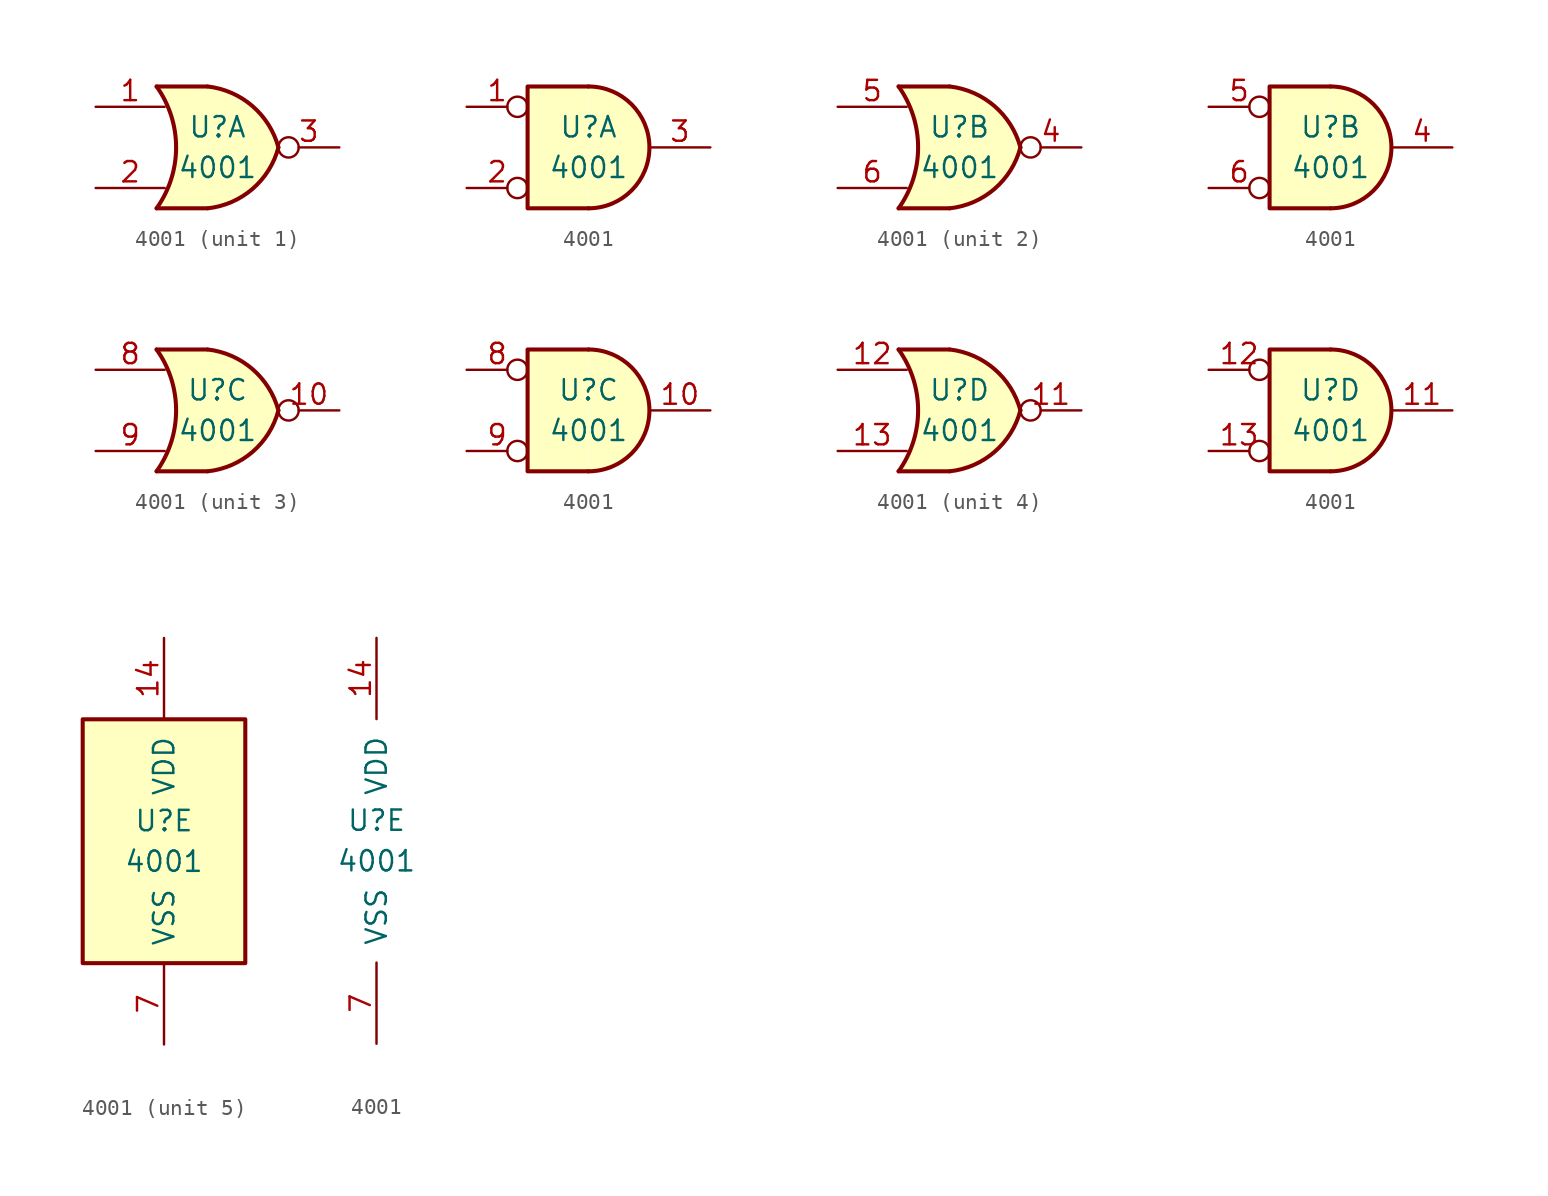
<source format=kicad_sym>
(kicad_symbol_lib
  (version 20201005)
  (generator kicad_symbol_editor)
  (symbol "4xxx:4001"
    (pin_names
      (offset 1.016))
    (property "Reference" "U"
      (at 0 1.27 0)
      (effects (font (size 1.27 1.27))))
    (property "Value" "4001"
      (at 0 -1.27 0)
      (effects (font (size 1.27 1.27))))
    (property "ki_locked" ""
      (at 0 0 0)
      (effects (font (size 1.27 1.27))))
    (symbol "4001_1_1"
      (arc (start -3.81 3.81) (end -3.81 -3.81) (radius (at -9.144 0) (length 6.5532) (angles 35.4 -35.4)) (stroke (width 0.254)) (fill (type none)))
      (arc (start 3.81 0) (end -0.6096 3.81) (radius (at -1.1938 -1.3208) (length 5.1816) (angles 15 83.7)) (stroke (width 0.254)) (fill (type background)))
      (arc (start 3.81 0) (end -0.6096 -3.81) (radius (at -1.1938 1.3208) (length 5.1816) (angles -15 -83.7)) (stroke (width 0.254)) (fill (type background)))
      (polyline (pts (xy -3.81 -3.81) (xy -0.635 -3.81)) (stroke (width 0.254)) (fill (type background)))
      (polyline (pts (xy -3.81 3.81) (xy -0.635 3.81)) (stroke (width 0.254)) (fill (type background)))
      (polyline (pts (xy -0.635 3.81) (xy -3.81 3.81) (xy -3.81 3.81) (xy -3.556 3.404) (xy -3.023 2.261) (xy -2.692 1.041) (xy -2.616 -0.254) (xy -2.769 -1.499) (xy -3.175 -2.718) (xy -3.81 -3.81) (xy -3.81 -3.81) (xy -0.635 -3.81)) (stroke (width -25.4)) (fill (type background)))
      (pin input line (at -7.62 2.54 0) (length 4.318) (name "~" (effects (font (size 1.27 1.27)))) (number "1" (effects (font (size 1.27 1.27)))))
      (pin input line (at -7.62 -2.54 0) (length 4.318) (name "~" (effects (font (size 1.27 1.27)))) (number "2" (effects (font (size 1.27 1.27)))))
      (pin output inverted (at 7.62 0 180) (length 3.81) (name "~" (effects (font (size 1.27 1.27)))) (number "3" (effects (font (size 1.27 1.27))))))
    (symbol "4001_1_2"
      (arc (start 0 -3.81) (end 0 3.81) (radius (at 0 0) (length 3.81) (angles -89.9 89.9)) (stroke (width 0.254)) (fill (type background)))
      (polyline (pts (xy 0 3.81) (xy -3.81 3.81) (xy -3.81 -3.81) (xy 0 -3.81)) (stroke (width 0.254)) (fill (type background)))
      (pin input inverted (at -7.62 2.54 0) (length 3.81) (name "~" (effects (font (size 1.27 1.27)))) (number "1" (effects (font (size 1.27 1.27)))))
      (pin input inverted (at -7.62 -2.54 0) (length 3.81) (name "~" (effects (font (size 1.27 1.27)))) (number "2" (effects (font (size 1.27 1.27)))))
      (pin output line (at 7.62 0 180) (length 3.81) (name "~" (effects (font (size 1.27 1.27)))) (number "3" (effects (font (size 1.27 1.27))))))
    (symbol "4001_2_1"
      (arc (start -3.81 3.81) (end -3.81 -3.81) (radius (at -9.144 0) (length 6.5532) (angles 35.4 -35.4)) (stroke (width 0.254)) (fill (type none)))
      (arc (start 3.81 0) (end -0.6096 3.81) (radius (at -1.1938 -1.3208) (length 5.1816) (angles 15 83.7)) (stroke (width 0.254)) (fill (type background)))
      (arc (start 3.81 0) (end -0.6096 -3.81) (radius (at -1.1938 1.3208) (length 5.1816) (angles -15 -83.7)) (stroke (width 0.254)) (fill (type background)))
      (polyline (pts (xy -3.81 -3.81) (xy -0.635 -3.81)) (stroke (width 0.254)) (fill (type background)))
      (polyline (pts (xy -3.81 3.81) (xy -0.635 3.81)) (stroke (width 0.254)) (fill (type background)))
      (polyline (pts (xy -0.635 3.81) (xy -3.81 3.81) (xy -3.81 3.81) (xy -3.556 3.404) (xy -3.023 2.261) (xy -2.692 1.041) (xy -2.616 -0.254) (xy -2.769 -1.499) (xy -3.175 -2.718) (xy -3.81 -3.81) (xy -3.81 -3.81) (xy -0.635 -3.81)) (stroke (width -25.4)) (fill (type background)))
      (pin output inverted (at 7.62 0 180) (length 3.81) (name "~" (effects (font (size 1.27 1.27)))) (number "4" (effects (font (size 1.27 1.27)))))
      (pin input line (at -7.62 2.54 0) (length 4.318) (name "~" (effects (font (size 1.27 1.27)))) (number "5" (effects (font (size 1.27 1.27)))))
      (pin input line (at -7.62 -2.54 0) (length 4.318) (name "~" (effects (font (size 1.27 1.27)))) (number "6" (effects (font (size 1.27 1.27))))))
    (symbol "4001_2_2"
      (arc (start 0 -3.81) (end 0 3.81) (radius (at 0 0) (length 3.81) (angles -89.9 89.9)) (stroke (width 0.254)) (fill (type background)))
      (polyline (pts (xy 0 3.81) (xy -3.81 3.81) (xy -3.81 -3.81) (xy 0 -3.81)) (stroke (width 0.254)) (fill (type background)))
      (pin output line (at 7.62 0 180) (length 3.81) (name "~" (effects (font (size 1.27 1.27)))) (number "4" (effects (font (size 1.27 1.27)))))
      (pin input inverted (at -7.62 2.54 0) (length 3.81) (name "~" (effects (font (size 1.27 1.27)))) (number "5" (effects (font (size 1.27 1.27)))))
      (pin input inverted (at -7.62 -2.54 0) (length 3.81) (name "~" (effects (font (size 1.27 1.27)))) (number "6" (effects (font (size 1.27 1.27))))))
    (symbol "4001_3_1"
      (arc (start -3.81 3.81) (end -3.81 -3.81) (radius (at -9.144 0) (length 6.5532) (angles 35.4 -35.4)) (stroke (width 0.254)) (fill (type none)))
      (arc (start 3.81 0) (end -0.6096 3.81) (radius (at -1.1938 -1.3208) (length 5.1816) (angles 15 83.7)) (stroke (width 0.254)) (fill (type background)))
      (arc (start 3.81 0) (end -0.6096 -3.81) (radius (at -1.1938 1.3208) (length 5.1816) (angles -15 -83.7)) (stroke (width 0.254)) (fill (type background)))
      (polyline (pts (xy -3.81 -3.81) (xy -0.635 -3.81)) (stroke (width 0.254)) (fill (type background)))
      (polyline (pts (xy -3.81 3.81) (xy -0.635 3.81)) (stroke (width 0.254)) (fill (type background)))
      (polyline (pts (xy -0.635 3.81) (xy -3.81 3.81) (xy -3.81 3.81) (xy -3.556 3.404) (xy -3.023 2.261) (xy -2.692 1.041) (xy -2.616 -0.254) (xy -2.769 -1.499) (xy -3.175 -2.718) (xy -3.81 -3.81) (xy -3.81 -3.81) (xy -0.635 -3.81)) (stroke (width -25.4)) (fill (type background)))
      (pin output inverted (at 7.62 0 180) (length 3.81) (name "~" (effects (font (size 1.27 1.27)))) (number "10" (effects (font (size 1.27 1.27)))))
      (pin input line (at -7.62 2.54 0) (length 4.318) (name "~" (effects (font (size 1.27 1.27)))) (number "8" (effects (font (size 1.27 1.27)))))
      (pin input line (at -7.62 -2.54 0) (length 4.318) (name "~" (effects (font (size 1.27 1.27)))) (number "9" (effects (font (size 1.27 1.27))))))
    (symbol "4001_3_2"
      (arc (start 0 -3.81) (end 0 3.81) (radius (at 0 0) (length 3.81) (angles -89.9 89.9)) (stroke (width 0.254)) (fill (type background)))
      (polyline (pts (xy 0 3.81) (xy -3.81 3.81) (xy -3.81 -3.81) (xy 0 -3.81)) (stroke (width 0.254)) (fill (type background)))
      (pin output line (at 7.62 0 180) (length 3.81) (name "~" (effects (font (size 1.27 1.27)))) (number "10" (effects (font (size 1.27 1.27)))))
      (pin input inverted (at -7.62 2.54 0) (length 3.81) (name "~" (effects (font (size 1.27 1.27)))) (number "8" (effects (font (size 1.27 1.27)))))
      (pin input inverted (at -7.62 -2.54 0) (length 3.81) (name "~" (effects (font (size 1.27 1.27)))) (number "9" (effects (font (size 1.27 1.27))))))
    (symbol "4001_4_1"
      (arc (start -3.81 3.81) (end -3.81 -3.81) (radius (at -9.144 0) (length 6.5532) (angles 35.4 -35.4)) (stroke (width 0.254)) (fill (type none)))
      (arc (start 3.81 0) (end -0.6096 3.81) (radius (at -1.1938 -1.3208) (length 5.1816) (angles 15 83.7)) (stroke (width 0.254)) (fill (type background)))
      (arc (start 3.81 0) (end -0.6096 -3.81) (radius (at -1.1938 1.3208) (length 5.1816) (angles -15 -83.7)) (stroke (width 0.254)) (fill (type background)))
      (polyline (pts (xy -3.81 -3.81) (xy -0.635 -3.81)) (stroke (width 0.254)) (fill (type background)))
      (polyline (pts (xy -3.81 3.81) (xy -0.635 3.81)) (stroke (width 0.254)) (fill (type background)))
      (polyline (pts (xy -0.635 3.81) (xy -3.81 3.81) (xy -3.81 3.81) (xy -3.556 3.404) (xy -3.023 2.261) (xy -2.692 1.041) (xy -2.616 -0.254) (xy -2.769 -1.499) (xy -3.175 -2.718) (xy -3.81 -3.81) (xy -3.81 -3.81) (xy -0.635 -3.81)) (stroke (width -25.4)) (fill (type background)))
      (pin output inverted (at 7.62 0 180) (length 3.81) (name "~" (effects (font (size 1.27 1.27)))) (number "11" (effects (font (size 1.27 1.27)))))
      (pin input line (at -7.62 2.54 0) (length 4.318) (name "~" (effects (font (size 1.27 1.27)))) (number "12" (effects (font (size 1.27 1.27)))))
      (pin input line (at -7.62 -2.54 0) (length 4.318) (name "~" (effects (font (size 1.27 1.27)))) (number "13" (effects (font (size 1.27 1.27))))))
    (symbol "4001_4_2"
      (arc (start 0 -3.81) (end 0 3.81) (radius (at 0 0) (length 3.81) (angles -89.9 89.9)) (stroke (width 0.254)) (fill (type background)))
      (polyline (pts (xy 0 3.81) (xy -3.81 3.81) (xy -3.81 -3.81) (xy 0 -3.81)) (stroke (width 0.254)) (fill (type background)))
      (pin output line (at 7.62 0 180) (length 3.81) (name "~" (effects (font (size 1.27 1.27)))) (number "11" (effects (font (size 1.27 1.27)))))
      (pin input inverted (at -7.62 2.54 0) (length 3.81) (name "~" (effects (font (size 1.27 1.27)))) (number "12" (effects (font (size 1.27 1.27)))))
      (pin input inverted (at -7.62 -2.54 0) (length 3.81) (name "~" (effects (font (size 1.27 1.27)))) (number "13" (effects (font (size 1.27 1.27))))))
    (symbol "4001_5_0"
      (pin power_in line (at 0 12.7 270) (length 5.08) (name "VDD" (effects (font (size 1.27 1.27)))) (number "14" (effects (font (size 1.27 1.27)))))
      (pin power_in line (at 0 -12.7 90) (length 5.08) (name "VSS" (effects (font (size 1.27 1.27)))) (number "7" (effects (font (size 1.27 1.27))))))
    (symbol "4001_5_1"
      (rectangle (start -5.08 7.62) (end 5.08 -7.62) (stroke (width 0.254)) (fill (type background))))))
</source>
